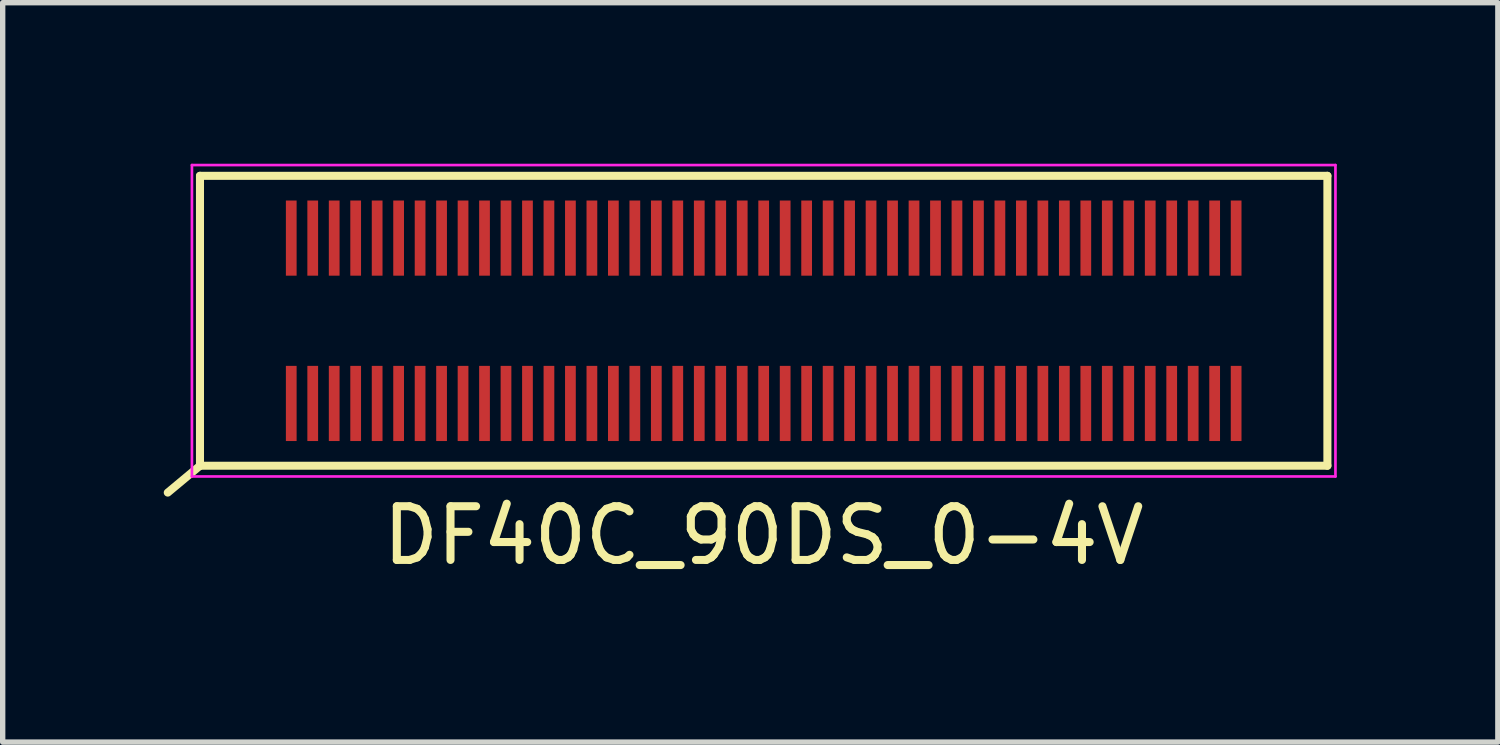
<source format=kicad_pcb>
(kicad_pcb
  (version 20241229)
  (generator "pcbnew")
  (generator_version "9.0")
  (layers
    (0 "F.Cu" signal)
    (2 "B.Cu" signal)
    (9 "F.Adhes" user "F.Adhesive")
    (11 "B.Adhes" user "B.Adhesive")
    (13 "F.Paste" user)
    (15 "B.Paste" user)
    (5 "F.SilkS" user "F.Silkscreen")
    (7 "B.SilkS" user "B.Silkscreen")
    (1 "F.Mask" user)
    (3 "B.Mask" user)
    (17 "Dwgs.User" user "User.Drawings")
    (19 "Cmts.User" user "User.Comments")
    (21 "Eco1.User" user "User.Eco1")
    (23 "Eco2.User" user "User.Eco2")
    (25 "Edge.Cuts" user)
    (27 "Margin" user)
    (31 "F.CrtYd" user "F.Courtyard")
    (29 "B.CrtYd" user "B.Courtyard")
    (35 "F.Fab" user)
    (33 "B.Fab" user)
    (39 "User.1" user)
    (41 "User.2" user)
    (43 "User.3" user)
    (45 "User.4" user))
  (footprint "DF40C_90DS_0-4V"
    (layer "F.Cu")
    (at 11.175 2.925)
    (property "Reference" "DF40C_90DS_0-4V" (at 0 4 0) (layer "F.SilkS") (effects (font (size 1 1) (thickness 0.15))))
    (attr smd)
    (fp_line (start -10.5 -2.7) (end -10.5 2.7) (stroke (width 0.15) (type solid)) (layer "F.SilkS"))
    (fp_line (start -10.5 -2.7) (end 10.5 -2.7) (stroke (width 0.15) (type solid)) (layer "F.SilkS"))
    (fp_line (start -10.5 2.7) (end -11.1 3.2) (stroke (width 0.15) (type solid)) (layer "F.SilkS"))
    (fp_line (start 10.5 2.7) (end -10.5 2.7) (stroke (width 0.15) (type solid)) (layer "F.SilkS"))
    (fp_line (start 10.5 2.7) (end 10.5 -2.7) (stroke (width 0.15) (type solid)) (layer "F.SilkS"))
    (fp_line (start -10.65 -2.9) (end -10.65 2.9) (stroke (width 0.05) (type solid)) (layer "F.CrtYd"))
    (fp_line (start -10.65 -2.9) (end 10.65 -2.9) (stroke (width 0.05) (type solid)) (layer "F.CrtYd"))
    (fp_line (start 10.65 2.9) (end -10.65 2.9) (stroke (width 0.05) (type solid)) (layer "F.CrtYd"))
    (fp_line (start 10.65 2.9) (end 10.65 -2.9) (stroke (width 0.05) (type solid)) (layer "F.CrtYd"))
    (pad "1" smd rect (at -8.8 1.54) (size 0.2 1.4) (layers "F.Cu" "F.Mask" "F.Paste"))
    (pad "2" smd rect (at -8.8 -1.54) (size 0.2 1.4) (layers "F.Cu" "F.Mask" "F.Paste"))
    (pad "3" smd rect (at -8.4 1.54) (size 0.2 1.4) (layers "F.Cu" "F.Mask" "F.Paste"))
    (pad "4" smd rect (at -8.4 -1.54) (size 0.2 1.4) (layers "F.Cu" "F.Mask" "F.Paste"))
    (pad "5" smd rect (at -8 1.54) (size 0.2 1.4) (layers "F.Cu" "F.Mask" "F.Paste"))
    (pad "6" smd rect (at -8 -1.54) (size 0.2 1.4) (layers "F.Cu" "F.Mask" "F.Paste"))
    (pad "7" smd rect (at -7.6 1.54) (size 0.2 1.4) (layers "F.Cu" "F.Mask" "F.Paste"))
    (pad "8" smd rect (at -7.6 -1.54) (size 0.2 1.4) (layers "F.Cu" "F.Mask" "F.Paste"))
    (pad "9" smd rect (at -7.2 1.54) (size 0.2 1.4) (layers "F.Cu" "F.Mask" "F.Paste"))
    (pad "10" smd rect (at -7.2 -1.54) (size 0.2 1.4) (layers "F.Cu" "F.Mask" "F.Paste"))
    (pad "11" smd rect (at -6.8 1.54) (size 0.2 1.4) (layers "F.Cu" "F.Mask" "F.Paste"))
    (pad "12" smd rect (at -6.8 -1.54) (size 0.2 1.4) (layers "F.Cu" "F.Mask" "F.Paste"))
    (pad "13" smd rect (at -6.4 1.54) (size 0.2 1.4) (layers "F.Cu" "F.Mask" "F.Paste"))
    (pad "14" smd rect (at -6.4 -1.54) (size 0.2 1.4) (layers "F.Cu" "F.Mask" "F.Paste"))
    (pad "15" smd rect (at -6 1.54) (size 0.2 1.4) (layers "F.Cu" "F.Mask" "F.Paste"))
    (pad "16" smd rect (at -6 -1.54) (size 0.2 1.4) (layers "F.Cu" "F.Mask" "F.Paste"))
    (pad "17" smd rect (at -5.6 1.54) (size 0.2 1.4) (layers "F.Cu" "F.Mask" "F.Paste"))
    (pad "18" smd rect (at -5.6 -1.54) (size 0.2 1.4) (layers "F.Cu" "F.Mask" "F.Paste"))
    (pad "19" smd rect (at -5.2 1.54) (size 0.2 1.4) (layers "F.Cu" "F.Mask" "F.Paste"))
    (pad "20" smd rect (at -5.2 -1.54) (size 0.2 1.4) (layers "F.Cu" "F.Mask" "F.Paste"))
    (pad "21" smd rect (at -4.8 1.54) (size 0.2 1.4) (layers "F.Cu" "F.Mask" "F.Paste"))
    (pad "22" smd rect (at -4.8 -1.54) (size 0.2 1.4) (layers "F.Cu" "F.Mask" "F.Paste"))
    (pad "23" smd rect (at -4.4 1.54) (size 0.2 1.4) (layers "F.Cu" "F.Mask" "F.Paste"))
    (pad "24" smd rect (at -4.4 -1.54) (size 0.2 1.4) (layers "F.Cu" "F.Mask" "F.Paste"))
    (pad "25" smd rect (at -4 1.54) (size 0.2 1.4) (layers "F.Cu" "F.Mask" "F.Paste"))
    (pad "26" smd rect (at -4 -1.54) (size 0.2 1.4) (layers "F.Cu" "F.Mask" "F.Paste"))
    (pad "27" smd rect (at -3.6 1.54) (size 0.2 1.4) (layers "F.Cu" "F.Mask" "F.Paste"))
    (pad "28" smd rect (at -3.6 -1.54) (size 0.2 1.4) (layers "F.Cu" "F.Mask" "F.Paste"))
    (pad "29" smd rect (at -3.2 1.54) (size 0.2 1.4) (layers "F.Cu" "F.Mask" "F.Paste"))
    (pad "30" smd rect (at -3.2 -1.54) (size 0.2 1.4) (layers "F.Cu" "F.Mask" "F.Paste"))
    (pad "31" smd rect (at -2.8 1.54) (size 0.2 1.4) (layers "F.Cu" "F.Mask" "F.Paste"))
    (pad "32" smd rect (at -2.8 -1.54) (size 0.2 1.4) (layers "F.Cu" "F.Mask" "F.Paste"))
    (pad "33" smd rect (at -2.4 1.54) (size 0.2 1.4) (layers "F.Cu" "F.Mask" "F.Paste"))
    (pad "34" smd rect (at -2.4 -1.54) (size 0.2 1.4) (layers "F.Cu" "F.Mask" "F.Paste"))
    (pad "35" smd rect (at -2 1.54) (size 0.2 1.4) (layers "F.Cu" "F.Mask" "F.Paste"))
    (pad "36" smd rect (at -2 -1.54) (size 0.2 1.4) (layers "F.Cu" "F.Mask" "F.Paste"))
    (pad "37" smd rect (at -1.6 1.54) (size 0.2 1.4) (layers "F.Cu" "F.Mask" "F.Paste"))
    (pad "38" smd rect (at -1.6 -1.54) (size 0.2 1.4) (layers "F.Cu" "F.Mask" "F.Paste"))
    (pad "39" smd rect (at -1.2 1.54) (size 0.2 1.4) (layers "F.Cu" "F.Mask" "F.Paste"))
    (pad "40" smd rect (at -1.2 -1.54) (size 0.2 1.4) (layers "F.Cu" "F.Mask" "F.Paste"))
    (pad "41" smd rect (at -0.8 1.54) (size 0.2 1.4) (layers "F.Cu" "F.Mask" "F.Paste"))
    (pad "42" smd rect (at -0.8 -1.54) (size 0.2 1.4) (layers "F.Cu" "F.Mask" "F.Paste"))
    (pad "43" smd rect (at -0.4 1.54) (size 0.2 1.4) (layers "F.Cu" "F.Mask" "F.Paste"))
    (pad "44" smd rect (at -0.4 -1.54) (size 0.2 1.4) (layers "F.Cu" "F.Mask" "F.Paste"))
    (pad "45" smd rect (at 0 1.54) (size 0.2 1.4) (layers "F.Cu" "F.Mask" "F.Paste"))
    (pad "46" smd rect (at 0 -1.54) (size 0.2 1.4) (layers "F.Cu" "F.Mask" "F.Paste"))
    (pad "47" smd rect (at 0.4 1.54) (size 0.2 1.4) (layers "F.Cu" "F.Mask" "F.Paste"))
    (pad "48" smd rect (at 0.4 -1.54) (size 0.2 1.4) (layers "F.Cu" "F.Mask" "F.Paste"))
    (pad "49" smd rect (at 0.8 1.54) (size 0.2 1.4) (layers "F.Cu" "F.Mask" "F.Paste"))
    (pad "50" smd rect (at 0.8 -1.54) (size 0.2 1.4) (layers "F.Cu" "F.Mask" "F.Paste"))
    (pad "51" smd rect (at 1.2 1.54) (size 0.2 1.4) (layers "F.Cu" "F.Mask" "F.Paste"))
    (pad "52" smd rect (at 1.2 -1.54) (size 0.2 1.4) (layers "F.Cu" "F.Mask" "F.Paste"))
    (pad "53" smd rect (at 1.6 1.54) (size 0.2 1.4) (layers "F.Cu" "F.Mask" "F.Paste"))
    (pad "54" smd rect (at 1.6 -1.54) (size 0.2 1.4) (layers "F.Cu" "F.Mask" "F.Paste"))
    (pad "55" smd rect (at 2 1.54) (size 0.2 1.4) (layers "F.Cu" "F.Mask" "F.Paste"))
    (pad "56" smd rect (at 2 -1.54) (size 0.2 1.4) (layers "F.Cu" "F.Mask" "F.Paste"))
    (pad "57" smd rect (at 2.4 1.54) (size 0.2 1.4) (layers "F.Cu" "F.Mask" "F.Paste"))
    (pad "58" smd rect (at 2.4 -1.54) (size 0.2 1.4) (layers "F.Cu" "F.Mask" "F.Paste"))
    (pad "59" smd rect (at 2.8 1.54) (size 0.2 1.4) (layers "F.Cu" "F.Mask" "F.Paste"))
    (pad "60" smd rect (at 2.8 -1.54) (size 0.2 1.4) (layers "F.Cu" "F.Mask" "F.Paste"))
    (pad "61" smd rect (at 3.2 1.54) (size 0.2 1.4) (layers "F.Cu" "F.Mask" "F.Paste"))
    (pad "62" smd rect (at 3.2 -1.54) (size 0.2 1.4) (layers "F.Cu" "F.Mask" "F.Paste"))
    (pad "63" smd rect (at 3.6 1.54) (size 0.2 1.4) (layers "F.Cu" "F.Mask" "F.Paste"))
    (pad "64" smd rect (at 3.6 -1.54) (size 0.2 1.4) (layers "F.Cu" "F.Mask" "F.Paste"))
    (pad "65" smd rect (at 4 1.54) (size 0.2 1.4) (layers "F.Cu" "F.Mask" "F.Paste"))
    (pad "66" smd rect (at 4 -1.54) (size 0.2 1.4) (layers "F.Cu" "F.Mask" "F.Paste"))
    (pad "67" smd rect (at 4.4 1.54) (size 0.2 1.4) (layers "F.Cu" "F.Mask" "F.Paste"))
    (pad "68" smd rect (at 4.4 -1.54) (size 0.2 1.4) (layers "F.Cu" "F.Mask" "F.Paste"))
    (pad "69" smd rect (at 4.8 1.54) (size 0.2 1.4) (layers "F.Cu" "F.Mask" "F.Paste"))
    (pad "70" smd rect (at 4.8 -1.54) (size 0.2 1.4) (layers "F.Cu" "F.Mask" "F.Paste"))
    (pad "71" smd rect (at 5.2 1.54) (size 0.2 1.4) (layers "F.Cu" "F.Mask" "F.Paste"))
    (pad "72" smd rect (at 5.2 -1.54) (size 0.2 1.4) (layers "F.Cu" "F.Mask" "F.Paste"))
    (pad "73" smd rect (at 5.6 1.54) (size 0.2 1.4) (layers "F.Cu" "F.Mask" "F.Paste"))
    (pad "74" smd rect (at 5.6 -1.54) (size 0.2 1.4) (layers "F.Cu" "F.Mask" "F.Paste"))
    (pad "75" smd rect (at 6 1.54) (size 0.2 1.4) (layers "F.Cu" "F.Mask" "F.Paste"))
    (pad "76" smd rect (at 6 -1.54) (size 0.2 1.4) (layers "F.Cu" "F.Mask" "F.Paste"))
    (pad "77" smd rect (at 6.4 1.54) (size 0.2 1.4) (layers "F.Cu" "F.Mask" "F.Paste"))
    (pad "78" smd rect (at 6.4 -1.54) (size 0.2 1.4) (layers "F.Cu" "F.Mask" "F.Paste"))
    (pad "79" smd rect (at 6.8 1.54) (size 0.2 1.4) (layers "F.Cu" "F.Mask" "F.Paste"))
    (pad "80" smd rect (at 6.8 -1.54) (size 0.2 1.4) (layers "F.Cu" "F.Mask" "F.Paste"))
    (pad "81" smd rect (at 7.2 1.54) (size 0.2 1.4) (layers "F.Cu" "F.Mask" "F.Paste"))
    (pad "82" smd rect (at 7.2 -1.54) (size 0.2 1.4) (layers "F.Cu" "F.Mask" "F.Paste"))
    (pad "83" smd rect (at 7.6 1.54) (size 0.2 1.4) (layers "F.Cu" "F.Mask" "F.Paste"))
    (pad "84" smd rect (at 7.6 -1.54) (size 0.2 1.4) (layers "F.Cu" "F.Mask" "F.Paste"))
    (pad "85" smd rect (at 8 1.54) (size 0.2 1.4) (layers "F.Cu" "F.Mask" "F.Paste"))
    (pad "86" smd rect (at 8 -1.54) (size 0.2 1.4) (layers "F.Cu" "F.Mask" "F.Paste"))
    (pad "87" smd rect (at 8.4 1.54) (size 0.2 1.4) (layers "F.Cu" "F.Mask" "F.Paste"))
    (pad "88" smd rect (at 8.4 -1.54) (size 0.2 1.4) (layers "F.Cu" "F.Mask" "F.Paste"))
    (pad "89" smd rect (at 8.8 1.54) (size 0.2 1.4) (layers "F.Cu" "F.Mask" "F.Paste"))
    (pad "90" smd rect (at 8.8 -1.54) (size 0.2 1.4) (layers "F.Cu" "F.Mask" "F.Paste")))
  (gr_rect
    (start -3 -3)
    (end 24.85 10.773)
    (stroke (width 0.1) (type default))
    (fill no)
    (layer "Edge.Cuts")))
</source>
